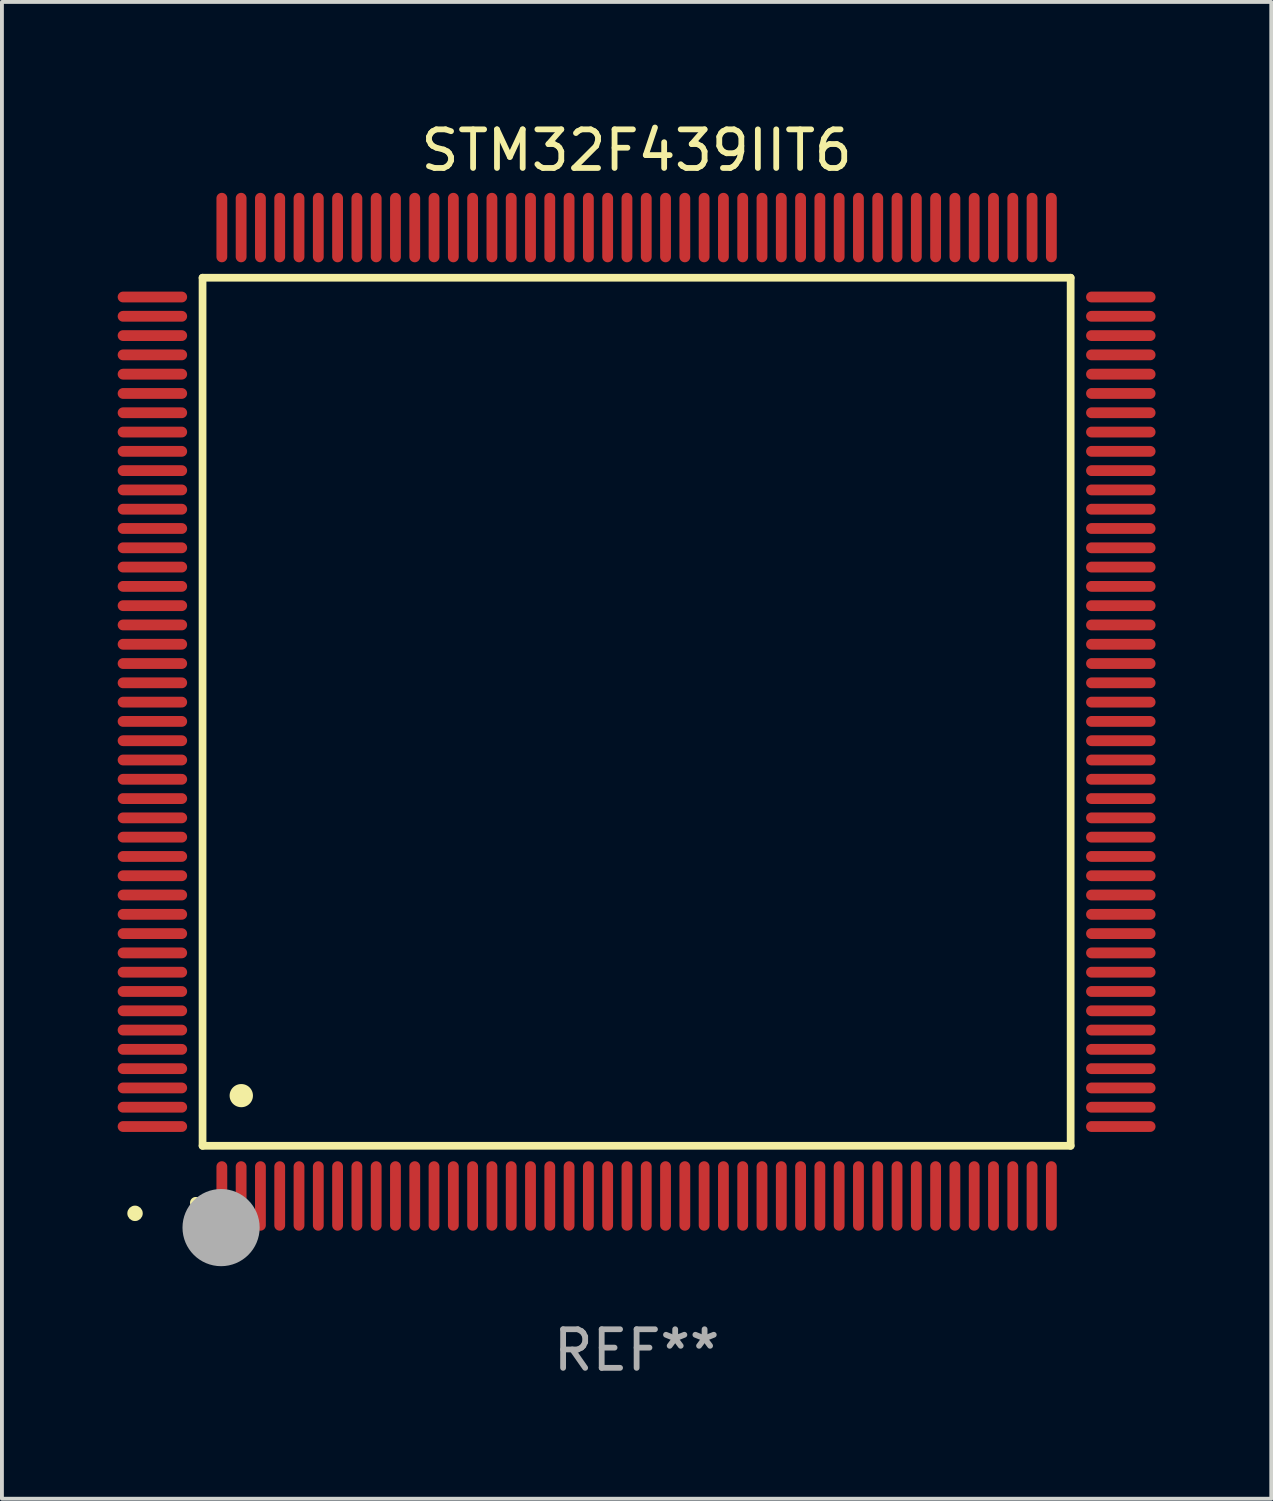
<source format=kicad_pcb>
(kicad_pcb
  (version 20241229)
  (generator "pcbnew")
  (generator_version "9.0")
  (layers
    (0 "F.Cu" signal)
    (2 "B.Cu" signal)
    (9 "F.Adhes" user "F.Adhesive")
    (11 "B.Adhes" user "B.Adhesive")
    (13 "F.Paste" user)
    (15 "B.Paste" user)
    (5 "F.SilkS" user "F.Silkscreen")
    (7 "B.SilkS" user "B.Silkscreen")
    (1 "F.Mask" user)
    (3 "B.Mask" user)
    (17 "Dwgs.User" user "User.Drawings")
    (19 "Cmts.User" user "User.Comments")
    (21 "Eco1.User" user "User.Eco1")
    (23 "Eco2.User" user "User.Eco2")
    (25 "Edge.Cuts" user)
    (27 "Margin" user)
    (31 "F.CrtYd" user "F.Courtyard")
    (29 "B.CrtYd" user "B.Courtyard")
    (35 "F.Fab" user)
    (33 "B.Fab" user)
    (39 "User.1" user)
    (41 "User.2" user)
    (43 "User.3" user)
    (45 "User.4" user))
  (footprint "STM32F439IIT6"
    (layer "F.Cu")
    (at 13.45 15.398)
    (property "Reference" "STM32F439IIT6" (at 0 -14.55 0) (layer "F.SilkS") (effects (font (size 1 1) (thickness 0.15))))
    (attr through_hole)
    (fp_line (start -11.25 -11.25) (end 11.25 -11.25) (stroke (width 0.2) (type solid)) (layer "F.SilkS"))
    (fp_line (start -11.25 11.25) (end -11.25 -11.25) (stroke (width 0.2) (type solid)) (layer "F.SilkS"))
    (fp_line (start 11.25 -11.25) (end 11.25 11.25) (stroke (width 0.2) (type solid)) (layer "F.SilkS"))
    (fp_line (start 11.25 11.25) (end -11.25 11.25) (stroke (width 0.2) (type solid)) (layer "F.SilkS"))
    (fp_arc (start -11.424943 12.725425) (mid -11.423673 12.72542) (end -11.422403 12.725425) (stroke (width 0.3) (type solid)) (layer "F.SilkS"))
    (fp_arc (start -10.24892 9.9492) (mid -10.24638 9.949189) (end -10.24384 9.9492) (stroke (width 0.6) (type solid)) (layer "F.SilkS"))
    (fp_circle (center -13 13) (end -12.9 13) (stroke (width 0.2) (type solid)) (fill no) (layer "F.SilkS"))
    (fp_circle (center -10.77 13.37) (end -10.27 13.37) (stroke (width 1) (type solid)) (fill no) (layer "F.Fab"))
    (fp_text user "REF**" (at 0 16.55 0) (layer "F.Fab") (effects (font (size 1 1) (thickness 0.15))))
    (pad "1" smd oval (at -10.75 12.55) (size 0.28 1.8) (layers "F.Cu" "F.Mask" "F.Paste"))
    (pad "2" smd oval (at -10.25 12.55) (size 0.28 1.8) (layers "F.Cu" "F.Mask" "F.Paste"))
    (pad "3" smd oval (at -9.75 12.55) (size 0.28 1.8) (layers "F.Cu" "F.Mask" "F.Paste"))
    (pad "4" smd oval (at -9.25 12.55) (size 0.28 1.8) (layers "F.Cu" "F.Mask" "F.Paste"))
    (pad "5" smd oval (at -8.75 12.55) (size 0.28 1.8) (layers "F.Cu" "F.Mask" "F.Paste"))
    (pad "6" smd oval (at -8.25 12.55) (size 0.28 1.8) (layers "F.Cu" "F.Mask" "F.Paste"))
    (pad "7" smd oval (at -7.75 12.55) (size 0.28 1.8) (layers "F.Cu" "F.Mask" "F.Paste"))
    (pad "8" smd oval (at -7.25 12.55) (size 0.28 1.8) (layers "F.Cu" "F.Mask" "F.Paste"))
    (pad "9" smd oval (at -6.75 12.55) (size 0.28 1.8) (layers "F.Cu" "F.Mask" "F.Paste"))
    (pad "10" smd oval (at -6.25 12.55) (size 0.28 1.8) (layers "F.Cu" "F.Mask" "F.Paste"))
    (pad "11" smd oval (at -5.75 12.55) (size 0.28 1.8) (layers "F.Cu" "F.Mask" "F.Paste"))
    (pad "12" smd oval (at -5.25 12.55) (size 0.28 1.8) (layers "F.Cu" "F.Mask" "F.Paste"))
    (pad "13" smd oval (at -4.75 12.55) (size 0.28 1.8) (layers "F.Cu" "F.Mask" "F.Paste"))
    (pad "14" smd oval (at -4.25 12.55) (size 0.28 1.8) (layers "F.Cu" "F.Mask" "F.Paste"))
    (pad "15" smd oval (at -3.75 12.55) (size 0.28 1.8) (layers "F.Cu" "F.Mask" "F.Paste"))
    (pad "16" smd oval (at -3.25 12.55) (size 0.28 1.8) (layers "F.Cu" "F.Mask" "F.Paste"))
    (pad "17" smd oval (at -2.75 12.55) (size 0.28 1.8) (layers "F.Cu" "F.Mask" "F.Paste"))
    (pad "18" smd oval (at -2.25 12.55) (size 0.28 1.8) (layers "F.Cu" "F.Mask" "F.Paste"))
    (pad "19" smd oval (at -1.75 12.55) (size 0.28 1.8) (layers "F.Cu" "F.Mask" "F.Paste"))
    (pad "20" smd oval (at -1.25 12.55) (size 0.28 1.8) (layers "F.Cu" "F.Mask" "F.Paste"))
    (pad "21" smd oval (at -0.75 12.55) (size 0.28 1.8) (layers "F.Cu" "F.Mask" "F.Paste"))
    (pad "22" smd oval (at -0.25 12.55) (size 0.28 1.8) (layers "F.Cu" "F.Mask" "F.Paste"))
    (pad "23" smd oval (at 0.25 12.55) (size 0.28 1.8) (layers "F.Cu" "F.Mask" "F.Paste"))
    (pad "24" smd oval (at 0.75 12.55) (size 0.28 1.8) (layers "F.Cu" "F.Mask" "F.Paste"))
    (pad "25" smd oval (at 1.25 12.55) (size 0.28 1.8) (layers "F.Cu" "F.Mask" "F.Paste"))
    (pad "26" smd oval (at 1.75 12.55) (size 0.28 1.8) (layers "F.Cu" "F.Mask" "F.Paste"))
    (pad "27" smd oval (at 2.25 12.55) (size 0.28 1.8) (layers "F.Cu" "F.Mask" "F.Paste"))
    (pad "28" smd oval (at 2.75 12.55) (size 0.28 1.8) (layers "F.Cu" "F.Mask" "F.Paste"))
    (pad "29" smd oval (at 3.25 12.55) (size 0.28 1.8) (layers "F.Cu" "F.Mask" "F.Paste"))
    (pad "30" smd oval (at 3.75 12.55) (size 0.28 1.8) (layers "F.Cu" "F.Mask" "F.Paste"))
    (pad "31" smd oval (at 4.25 12.55) (size 0.28 1.8) (layers "F.Cu" "F.Mask" "F.Paste"))
    (pad "32" smd oval (at 4.75 12.55) (size 0.28 1.8) (layers "F.Cu" "F.Mask" "F.Paste"))
    (pad "33" smd oval (at 5.25 12.55) (size 0.28 1.8) (layers "F.Cu" "F.Mask" "F.Paste"))
    (pad "34" smd oval (at 5.75 12.55) (size 0.28 1.8) (layers "F.Cu" "F.Mask" "F.Paste"))
    (pad "35" smd oval (at 6.25 12.55) (size 0.28 1.8) (layers "F.Cu" "F.Mask" "F.Paste"))
    (pad "36" smd oval (at 6.75 12.55) (size 0.28 1.8) (layers "F.Cu" "F.Mask" "F.Paste"))
    (pad "37" smd oval (at 7.25 12.55) (size 0.28 1.8) (layers "F.Cu" "F.Mask" "F.Paste"))
    (pad "38" smd oval (at 7.75 12.55) (size 0.28 1.8) (layers "F.Cu" "F.Mask" "F.Paste"))
    (pad "39" smd oval (at 8.25 12.55) (size 0.28 1.8) (layers "F.Cu" "F.Mask" "F.Paste"))
    (pad "40" smd oval (at 8.75 12.55) (size 0.28 1.8) (layers "F.Cu" "F.Mask" "F.Paste"))
    (pad "41" smd oval (at 9.25 12.55) (size 0.28 1.8) (layers "F.Cu" "F.Mask" "F.Paste"))
    (pad "42" smd oval (at 9.75 12.55) (size 0.28 1.8) (layers "F.Cu" "F.Mask" "F.Paste"))
    (pad "43" smd oval (at 10.25 12.55) (size 0.28 1.8) (layers "F.Cu" "F.Mask" "F.Paste"))
    (pad "44" smd oval (at 10.75 12.55) (size 0.28 1.8) (layers "F.Cu" "F.Mask" "F.Paste"))
    (pad "45" smd oval (at 12.55 10.75) (size 1.8 0.28) (layers "F.Cu" "F.Mask" "F.Paste"))
    (pad "46" smd oval (at 12.55 10.25) (size 1.8 0.28) (layers "F.Cu" "F.Mask" "F.Paste"))
    (pad "47" smd oval (at 12.55 9.75) (size 1.8 0.28) (layers "F.Cu" "F.Mask" "F.Paste"))
    (pad "48" smd oval (at 12.55 9.25) (size 1.8 0.28) (layers "F.Cu" "F.Mask" "F.Paste"))
    (pad "49" smd oval (at 12.55 8.75) (size 1.8 0.28) (layers "F.Cu" "F.Mask" "F.Paste"))
    (pad "50" smd oval (at 12.55 8.25) (size 1.8 0.28) (layers "F.Cu" "F.Mask" "F.Paste"))
    (pad "51" smd oval (at 12.55 7.75) (size 1.8 0.28) (layers "F.Cu" "F.Mask" "F.Paste"))
    (pad "52" smd oval (at 12.55 7.25) (size 1.8 0.28) (layers "F.Cu" "F.Mask" "F.Paste"))
    (pad "53" smd oval (at 12.55 6.75) (size 1.8 0.28) (layers "F.Cu" "F.Mask" "F.Paste"))
    (pad "54" smd oval (at 12.55 6.25) (size 1.8 0.28) (layers "F.Cu" "F.Mask" "F.Paste"))
    (pad "55" smd oval (at 12.55 5.75) (size 1.8 0.28) (layers "F.Cu" "F.Mask" "F.Paste"))
    (pad "56" smd oval (at 12.55 5.25) (size 1.8 0.28) (layers "F.Cu" "F.Mask" "F.Paste"))
    (pad "57" smd oval (at 12.55 4.75) (size 1.8 0.28) (layers "F.Cu" "F.Mask" "F.Paste"))
    (pad "58" smd oval (at 12.55 4.25) (size 1.8 0.28) (layers "F.Cu" "F.Mask" "F.Paste"))
    (pad "59" smd oval (at 12.55 3.75) (size 1.8 0.28) (layers "F.Cu" "F.Mask" "F.Paste"))
    (pad "60" smd oval (at 12.55 3.25) (size 1.8 0.28) (layers "F.Cu" "F.Mask" "F.Paste"))
    (pad "61" smd oval (at 12.55 2.75) (size 1.8 0.28) (layers "F.Cu" "F.Mask" "F.Paste"))
    (pad "62" smd oval (at 12.55 2.25) (size 1.8 0.28) (layers "F.Cu" "F.Mask" "F.Paste"))
    (pad "63" smd oval (at 12.55 1.75) (size 1.8 0.28) (layers "F.Cu" "F.Mask" "F.Paste"))
    (pad "64" smd oval (at 12.55 1.25) (size 1.8 0.28) (layers "F.Cu" "F.Mask" "F.Paste"))
    (pad "65" smd oval (at 12.55 0.75) (size 1.8 0.28) (layers "F.Cu" "F.Mask" "F.Paste"))
    (pad "66" smd oval (at 12.55 0.25) (size 1.8 0.28) (layers "F.Cu" "F.Mask" "F.Paste"))
    (pad "67" smd oval (at 12.55 -0.25) (size 1.8 0.28) (layers "F.Cu" "F.Mask" "F.Paste"))
    (pad "68" smd oval (at 12.55 -0.75) (size 1.8 0.28) (layers "F.Cu" "F.Mask" "F.Paste"))
    (pad "69" smd oval (at 12.55 -1.25) (size 1.8 0.28) (layers "F.Cu" "F.Mask" "F.Paste"))
    (pad "70" smd oval (at 12.55 -1.75) (size 1.8 0.28) (layers "F.Cu" "F.Mask" "F.Paste"))
    (pad "71" smd oval (at 12.55 -2.25) (size 1.8 0.28) (layers "F.Cu" "F.Mask" "F.Paste"))
    (pad "72" smd oval (at 12.55 -2.75) (size 1.8 0.28) (layers "F.Cu" "F.Mask" "F.Paste"))
    (pad "73" smd oval (at 12.55 -3.25) (size 1.8 0.28) (layers "F.Cu" "F.Mask" "F.Paste"))
    (pad "74" smd oval (at 12.55 -3.75) (size 1.8 0.28) (layers "F.Cu" "F.Mask" "F.Paste"))
    (pad "75" smd oval (at 12.55 -4.25) (size 1.8 0.28) (layers "F.Cu" "F.Mask" "F.Paste"))
    (pad "76" smd oval (at 12.55 -4.75) (size 1.8 0.28) (layers "F.Cu" "F.Mask" "F.Paste"))
    (pad "77" smd oval (at 12.55 -5.25) (size 1.8 0.28) (layers "F.Cu" "F.Mask" "F.Paste"))
    (pad "78" smd oval (at 12.55 -5.75) (size 1.8 0.28) (layers "F.Cu" "F.Mask" "F.Paste"))
    (pad "79" smd oval (at 12.55 -6.25) (size 1.8 0.28) (layers "F.Cu" "F.Mask" "F.Paste"))
    (pad "80" smd oval (at 12.55 -6.75) (size 1.8 0.28) (layers "F.Cu" "F.Mask" "F.Paste"))
    (pad "81" smd oval (at 12.55 -7.25) (size 1.8 0.28) (layers "F.Cu" "F.Mask" "F.Paste"))
    (pad "82" smd oval (at 12.55 -7.75) (size 1.8 0.28) (layers "F.Cu" "F.Mask" "F.Paste"))
    (pad "83" smd oval (at 12.55 -8.25) (size 1.8 0.28) (layers "F.Cu" "F.Mask" "F.Paste"))
    (pad "84" smd oval (at 12.55 -8.75) (size 1.8 0.28) (layers "F.Cu" "F.Mask" "F.Paste"))
    (pad "85" smd oval (at 12.55 -9.25) (size 1.8 0.28) (layers "F.Cu" "F.Mask" "F.Paste"))
    (pad "86" smd oval (at 12.55 -9.75) (size 1.8 0.28) (layers "F.Cu" "F.Mask" "F.Paste"))
    (pad "87" smd oval (at 12.55 -10.25) (size 1.8 0.28) (layers "F.Cu" "F.Mask" "F.Paste"))
    (pad "88" smd oval (at 12.55 -10.75) (size 1.8 0.28) (layers "F.Cu" "F.Mask" "F.Paste"))
    (pad "89" smd oval (at 10.75 -12.55) (size 0.28 1.8) (layers "F.Cu" "F.Mask" "F.Paste"))
    (pad "90" smd oval (at 10.25 -12.55) (size 0.28 1.8) (layers "F.Cu" "F.Mask" "F.Paste"))
    (pad "91" smd oval (at 9.75 -12.55) (size 0.28 1.8) (layers "F.Cu" "F.Mask" "F.Paste"))
    (pad "92" smd oval (at 9.25 -12.55) (size 0.28 1.8) (layers "F.Cu" "F.Mask" "F.Paste"))
    (pad "93" smd oval (at 8.75 -12.55) (size 0.28 1.8) (layers "F.Cu" "F.Mask" "F.Paste"))
    (pad "94" smd oval (at 8.25 -12.55) (size 0.28 1.8) (layers "F.Cu" "F.Mask" "F.Paste"))
    (pad "95" smd oval (at 7.75 -12.55) (size 0.28 1.8) (layers "F.Cu" "F.Mask" "F.Paste"))
    (pad "96" smd oval (at 7.25 -12.55) (size 0.28 1.8) (layers "F.Cu" "F.Mask" "F.Paste"))
    (pad "97" smd oval (at 6.75 -12.55) (size 0.28 1.8) (layers "F.Cu" "F.Mask" "F.Paste"))
    (pad "98" smd oval (at 6.25 -12.55) (size 0.28 1.8) (layers "F.Cu" "F.Mask" "F.Paste"))
    (pad "99" smd oval (at 5.75 -12.55) (size 0.28 1.8) (layers "F.Cu" "F.Mask" "F.Paste"))
    (pad "100" smd oval (at 5.25 -12.55) (size 0.28 1.8) (layers "F.Cu" "F.Mask" "F.Paste"))
    (pad "101" smd oval (at 4.75 -12.55) (size 0.28 1.8) (layers "F.Cu" "F.Mask" "F.Paste"))
    (pad "102" smd oval (at 4.25 -12.55) (size 0.28 1.8) (layers "F.Cu" "F.Mask" "F.Paste"))
    (pad "103" smd oval (at 3.75 -12.55) (size 0.28 1.8) (layers "F.Cu" "F.Mask" "F.Paste"))
    (pad "104" smd oval (at 3.25 -12.55) (size 0.28 1.8) (layers "F.Cu" "F.Mask" "F.Paste"))
    (pad "105" smd oval (at 2.75 -12.55) (size 0.28 1.8) (layers "F.Cu" "F.Mask" "F.Paste"))
    (pad "106" smd oval (at 2.25 -12.55) (size 0.28 1.8) (layers "F.Cu" "F.Mask" "F.Paste"))
    (pad "107" smd oval (at 1.75 -12.55) (size 0.28 1.8) (layers "F.Cu" "F.Mask" "F.Paste"))
    (pad "108" smd oval (at 1.25 -12.55) (size 0.28 1.8) (layers "F.Cu" "F.Mask" "F.Paste"))
    (pad "109" smd oval (at 0.75 -12.55) (size 0.28 1.8) (layers "F.Cu" "F.Mask" "F.Paste"))
    (pad "110" smd oval (at 0.25 -12.55) (size 0.28 1.8) (layers "F.Cu" "F.Mask" "F.Paste"))
    (pad "111" smd oval (at -0.25 -12.55) (size 0.28 1.8) (layers "F.Cu" "F.Mask" "F.Paste"))
    (pad "112" smd oval (at -0.75 -12.55) (size 0.28 1.8) (layers "F.Cu" "F.Mask" "F.Paste"))
    (pad "113" smd oval (at -1.25 -12.55) (size 0.28 1.8) (layers "F.Cu" "F.Mask" "F.Paste"))
    (pad "114" smd oval (at -1.75 -12.55) (size 0.28 1.8) (layers "F.Cu" "F.Mask" "F.Paste"))
    (pad "115" smd oval (at -2.25 -12.55) (size 0.28 1.8) (layers "F.Cu" "F.Mask" "F.Paste"))
    (pad "116" smd oval (at -2.75 -12.55) (size 0.28 1.8) (layers "F.Cu" "F.Mask" "F.Paste"))
    (pad "117" smd oval (at -3.25 -12.55) (size 0.28 1.8) (layers "F.Cu" "F.Mask" "F.Paste"))
    (pad "118" smd oval (at -3.75 -12.55) (size 0.28 1.8) (layers "F.Cu" "F.Mask" "F.Paste"))
    (pad "119" smd oval (at -4.25 -12.55) (size 0.28 1.8) (layers "F.Cu" "F.Mask" "F.Paste"))
    (pad "120" smd oval (at -4.75 -12.55) (size 0.28 1.8) (layers "F.Cu" "F.Mask" "F.Paste"))
    (pad "121" smd oval (at -5.25 -12.55) (size 0.28 1.8) (layers "F.Cu" "F.Mask" "F.Paste"))
    (pad "122" smd oval (at -5.75 -12.55) (size 0.28 1.8) (layers "F.Cu" "F.Mask" "F.Paste"))
    (pad "123" smd oval (at -6.25 -12.55) (size 0.28 1.8) (layers "F.Cu" "F.Mask" "F.Paste"))
    (pad "124" smd oval (at -6.75 -12.55) (size 0.28 1.8) (layers "F.Cu" "F.Mask" "F.Paste"))
    (pad "125" smd oval (at -7.25 -12.55) (size 0.28 1.8) (layers "F.Cu" "F.Mask" "F.Paste"))
    (pad "126" smd oval (at -7.75 -12.55) (size 0.28 1.8) (layers "F.Cu" "F.Mask" "F.Paste"))
    (pad "127" smd oval (at -8.25 -12.55) (size 0.28 1.8) (layers "F.Cu" "F.Mask" "F.Paste"))
    (pad "128" smd oval (at -8.75 -12.55) (size 0.28 1.8) (layers "F.Cu" "F.Mask" "F.Paste"))
    (pad "129" smd oval (at -9.25 -12.55) (size 0.28 1.8) (layers "F.Cu" "F.Mask" "F.Paste"))
    (pad "130" smd oval (at -9.75 -12.55) (size 0.28 1.8) (layers "F.Cu" "F.Mask" "F.Paste"))
    (pad "131" smd oval (at -10.25 -12.55) (size 0.28 1.8) (layers "F.Cu" "F.Mask" "F.Paste"))
    (pad "132" smd oval (at -10.75 -12.55) (size 0.28 1.8) (layers "F.Cu" "F.Mask" "F.Paste"))
    (pad "133" smd oval (at -12.55 -10.75) (size 1.8 0.28) (layers "F.Cu" "F.Mask" "F.Paste"))
    (pad "134" smd oval (at -12.55 -10.25) (size 1.8 0.28) (layers "F.Cu" "F.Mask" "F.Paste"))
    (pad "135" smd oval (at -12.55 -9.75) (size 1.8 0.28) (layers "F.Cu" "F.Mask" "F.Paste"))
    (pad "136" smd oval (at -12.55 -9.25) (size 1.8 0.28) (layers "F.Cu" "F.Mask" "F.Paste"))
    (pad "137" smd oval (at -12.55 -8.75) (size 1.8 0.28) (layers "F.Cu" "F.Mask" "F.Paste"))
    (pad "138" smd oval (at -12.55 -8.25) (size 1.8 0.28) (layers "F.Cu" "F.Mask" "F.Paste"))
    (pad "139" smd oval (at -12.55 -7.75) (size 1.8 0.28) (layers "F.Cu" "F.Mask" "F.Paste"))
    (pad "140" smd oval (at -12.55 -7.25) (size 1.8 0.28) (layers "F.Cu" "F.Mask" "F.Paste"))
    (pad "141" smd oval (at -12.55 -6.75) (size 1.8 0.28) (layers "F.Cu" "F.Mask" "F.Paste"))
    (pad "142" smd oval (at -12.55 -6.25) (size 1.8 0.28) (layers "F.Cu" "F.Mask" "F.Paste"))
    (pad "143" smd oval (at -12.55 -5.75) (size 1.8 0.28) (layers "F.Cu" "F.Mask" "F.Paste"))
    (pad "144" smd oval (at -12.55 -5.25) (size 1.8 0.28) (layers "F.Cu" "F.Mask" "F.Paste"))
    (pad "145" smd oval (at -12.55 -4.75) (size 1.8 0.28) (layers "F.Cu" "F.Mask" "F.Paste"))
    (pad "146" smd oval (at -12.55 -4.25) (size 1.8 0.28) (layers "F.Cu" "F.Mask" "F.Paste"))
    (pad "147" smd oval (at -12.55 -3.75) (size 1.8 0.28) (layers "F.Cu" "F.Mask" "F.Paste"))
    (pad "148" smd oval (at -12.55 -3.25) (size 1.8 0.28) (layers "F.Cu" "F.Mask" "F.Paste"))
    (pad "149" smd oval (at -12.55 -2.75) (size 1.8 0.28) (layers "F.Cu" "F.Mask" "F.Paste"))
    (pad "150" smd oval (at -12.55 -2.25) (size 1.8 0.28) (layers "F.Cu" "F.Mask" "F.Paste"))
    (pad "151" smd oval (at -12.55 -1.75) (size 1.8 0.28) (layers "F.Cu" "F.Mask" "F.Paste"))
    (pad "152" smd oval (at -12.55 -1.25) (size 1.8 0.28) (layers "F.Cu" "F.Mask" "F.Paste"))
    (pad "153" smd oval (at -12.55 -0.75) (size 1.8 0.28) (layers "F.Cu" "F.Mask" "F.Paste"))
    (pad "154" smd oval (at -12.55 -0.25) (size 1.8 0.28) (layers "F.Cu" "F.Mask" "F.Paste"))
    (pad "155" smd oval (at -12.55 0.25) (size 1.8 0.28) (layers "F.Cu" "F.Mask" "F.Paste"))
    (pad "156" smd oval (at -12.55 0.75) (size 1.8 0.28) (layers "F.Cu" "F.Mask" "F.Paste"))
    (pad "157" smd oval (at -12.55 1.25) (size 1.8 0.28) (layers "F.Cu" "F.Mask" "F.Paste"))
    (pad "158" smd oval (at -12.55 1.75) (size 1.8 0.28) (layers "F.Cu" "F.Mask" "F.Paste"))
    (pad "159" smd oval (at -12.55 2.25) (size 1.8 0.28) (layers "F.Cu" "F.Mask" "F.Paste"))
    (pad "160" smd oval (at -12.55 2.75) (size 1.8 0.28) (layers "F.Cu" "F.Mask" "F.Paste"))
    (pad "161" smd oval (at -12.55 3.25) (size 1.8 0.28) (layers "F.Cu" "F.Mask" "F.Paste"))
    (pad "162" smd oval (at -12.55 3.75) (size 1.8 0.28) (layers "F.Cu" "F.Mask" "F.Paste"))
    (pad "163" smd oval (at -12.55 4.25) (size 1.8 0.28) (layers "F.Cu" "F.Mask" "F.Paste"))
    (pad "164" smd oval (at -12.55 4.75) (size 1.8 0.28) (layers "F.Cu" "F.Mask" "F.Paste"))
    (pad "165" smd oval (at -12.55 5.25) (size 1.8 0.28) (layers "F.Cu" "F.Mask" "F.Paste"))
    (pad "166" smd oval (at -12.55 5.75) (size 1.8 0.28) (layers "F.Cu" "F.Mask" "F.Paste"))
    (pad "167" smd oval (at -12.55 6.25) (size 1.8 0.28) (layers "F.Cu" "F.Mask" "F.Paste"))
    (pad "168" smd oval (at -12.55 6.75) (size 1.8 0.28) (layers "F.Cu" "F.Mask" "F.Paste"))
    (pad "169" smd oval (at -12.55 7.25) (size 1.8 0.28) (layers "F.Cu" "F.Mask" "F.Paste"))
    (pad "170" smd oval (at -12.55 7.75) (size 1.8 0.28) (layers "F.Cu" "F.Mask" "F.Paste"))
    (pad "171" smd oval (at -12.55 8.25) (size 1.8 0.28) (layers "F.Cu" "F.Mask" "F.Paste"))
    (pad "172" smd oval (at -12.55 8.75) (size 1.8 0.28) (layers "F.Cu" "F.Mask" "F.Paste"))
    (pad "173" smd oval (at -12.55 9.25) (size 1.8 0.28) (layers "F.Cu" "F.Mask" "F.Paste"))
    (pad "174" smd oval (at -12.55 9.75) (size 1.8 0.28) (layers "F.Cu" "F.Mask" "F.Paste"))
    (pad "175" smd oval (at -12.55 10.25) (size 1.8 0.28) (layers "F.Cu" "F.Mask" "F.Paste"))
    (pad "176" smd oval (at -12.55 10.75) (size 1.8 0.28) (layers "F.Cu" "F.Mask" "F.Paste")))
  (gr_rect
    (start -3 -3)
    (end 29.9 35.796)
    (stroke (width 0.1) (type default))
    (fill no)
    (layer "Edge.Cuts")))
</source>
